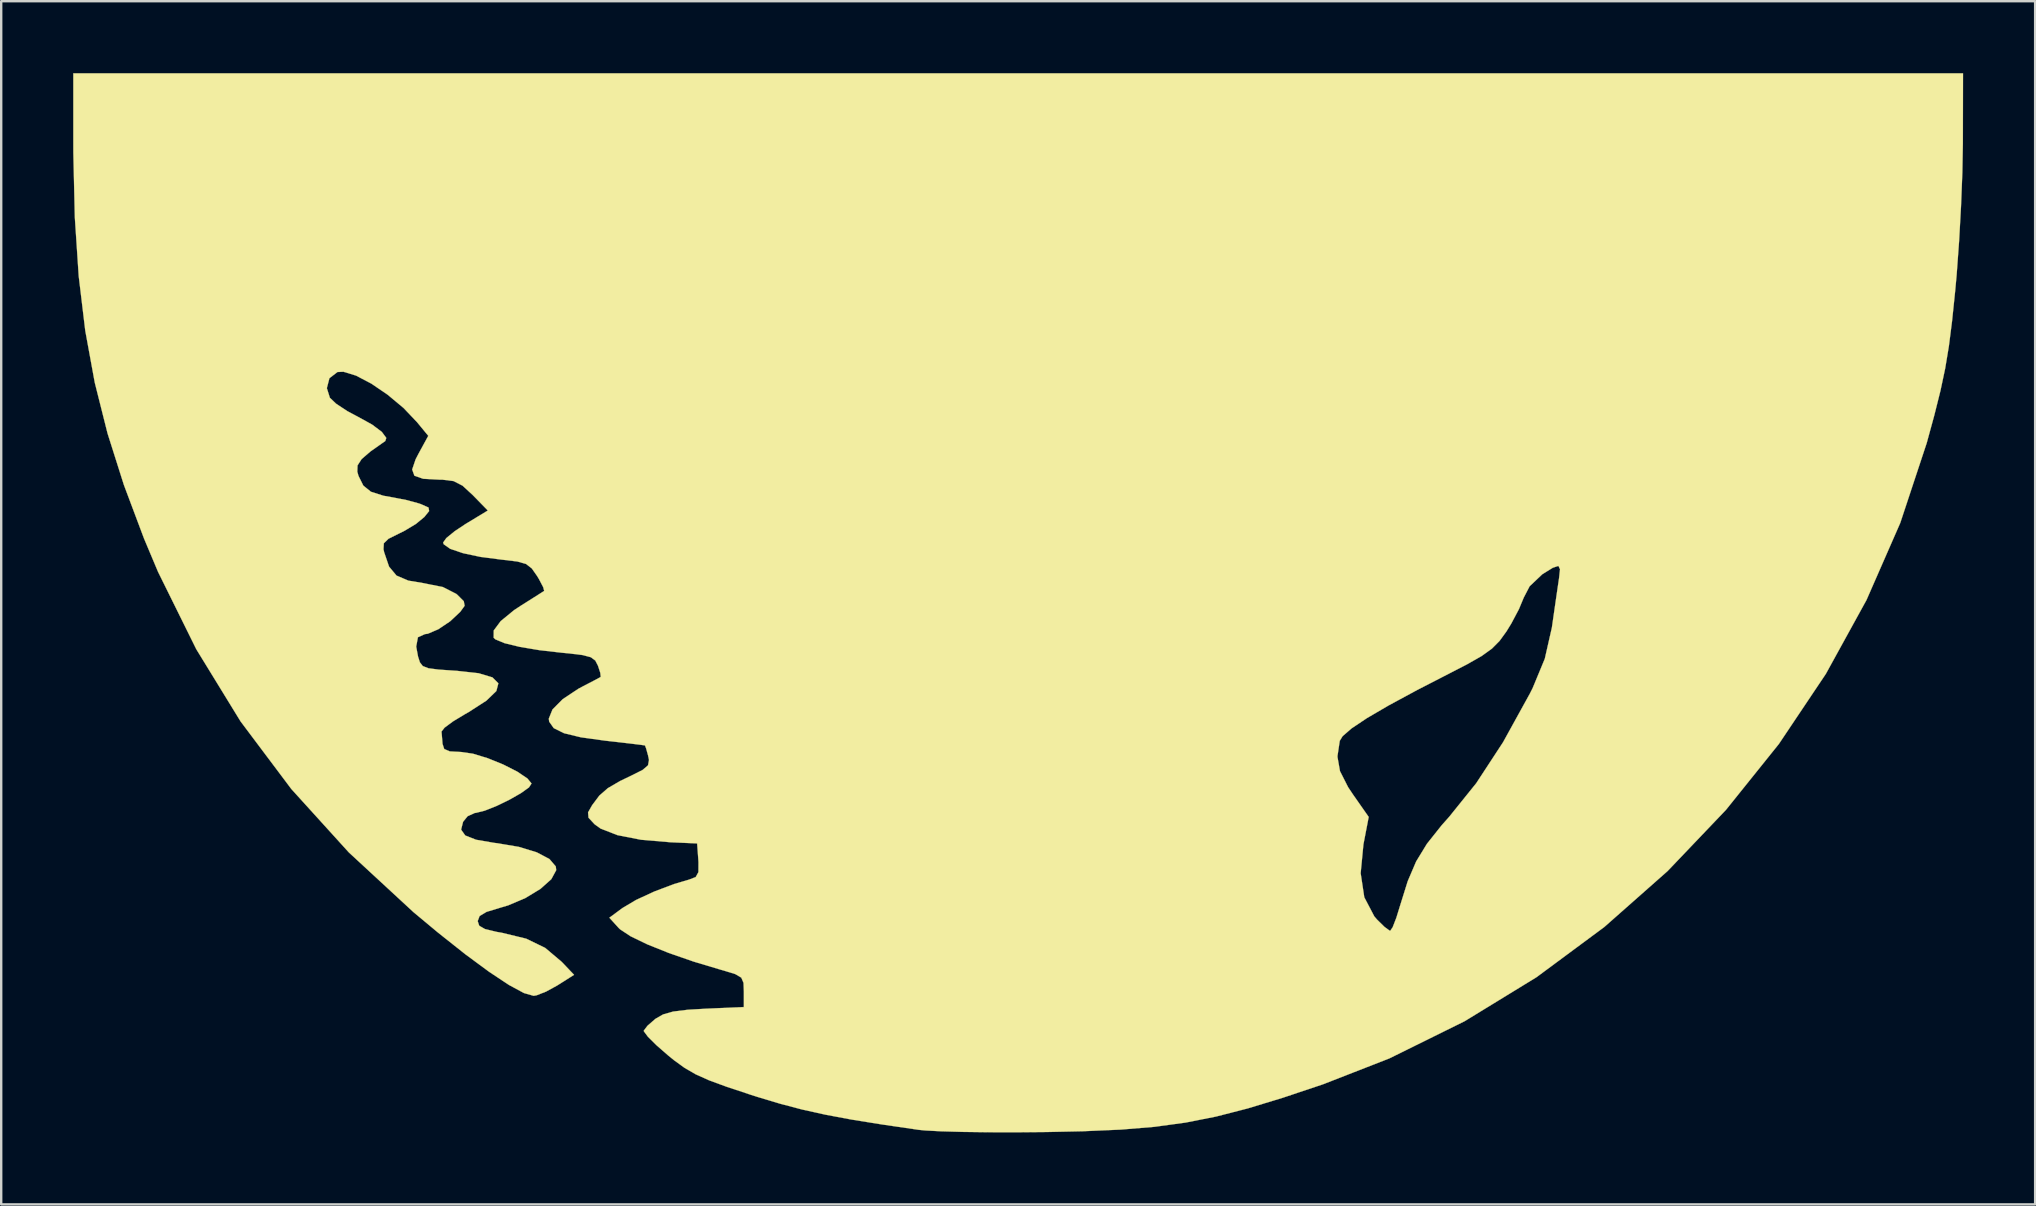
<source format=kicad_pcb>
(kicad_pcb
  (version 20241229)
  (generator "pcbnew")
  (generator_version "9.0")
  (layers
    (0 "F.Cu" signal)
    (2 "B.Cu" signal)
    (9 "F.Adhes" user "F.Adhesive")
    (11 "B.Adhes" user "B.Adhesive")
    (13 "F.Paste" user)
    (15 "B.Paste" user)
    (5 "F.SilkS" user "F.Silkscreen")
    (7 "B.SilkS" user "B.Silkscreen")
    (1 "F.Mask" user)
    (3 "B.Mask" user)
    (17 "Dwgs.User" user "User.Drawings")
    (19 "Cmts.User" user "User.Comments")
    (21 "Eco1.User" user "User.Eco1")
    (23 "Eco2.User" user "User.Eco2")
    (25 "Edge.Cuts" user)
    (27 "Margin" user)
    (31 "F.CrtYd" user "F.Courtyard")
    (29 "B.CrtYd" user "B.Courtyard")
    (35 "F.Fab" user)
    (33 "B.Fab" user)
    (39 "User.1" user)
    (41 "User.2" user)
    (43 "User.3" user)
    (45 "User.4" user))
  (footprint "bombface"
    (layer "F.Cu")
    (at 39.121 21.849)
    (property "Reference" "bombface" (at 0 0 0) (layer "F.SilkS") (effects (font (size 1.524 1.524) (thickness 0.3))))
    (attr through_hole)
    (fp_poly (pts (xy 39.618 -18.923) (xy 39.596 -17.717) (xy 39.541 -16.312) (xy 39.46 -14.846) (xy 39.359 -13.456) (xy 39.298 -12.785) (xy 39.167 -11.519) (xy 39.035 -10.478) (xy 38.881 -9.55) (xy 38.685 -8.625) (xy 38.426 -7.59) (xy 38.11 -6.435) (xy 37.009 -3.11) (xy 35.602 0.102) (xy 33.909 3.179) (xy 31.95 6.102) (xy 29.745 8.848) (xy 27.314 11.397) (xy 24.676 13.728) (xy 21.851 15.82) (xy 18.859 17.652) (xy 15.72 19.203) (xy 12.954 20.282) (xy 11.281 20.842) (xy 9.824 21.285) (xy 8.501 21.625) (xy 7.233 21.876) (xy 5.936 22.053) (xy 4.531 22.169) (xy 2.935 22.238) (xy 1.439 22.27) (xy 0.204 22.281) (xy -0.982 22.279) (xy -2.056 22.265) (xy -2.957 22.24) (xy -3.622 22.205) (xy -3.895 22.178) (xy -5.433 21.953) (xy -6.706 21.748) (xy -7.788 21.545) (xy -8.749 21.332) (xy -9.664 21.091) (xy -10.603 20.809) (xy -10.922 20.707) (xy -11.899 20.382) (xy -12.628 20.114) (xy -13.183 19.865) (xy -13.643 19.599) (xy -14.083 19.28) (xy -14.34 19.071) (xy -14.823 18.649) (xy -15.177 18.296) (xy -15.342 18.074) (xy -15.346 18.044) (xy -15.192 17.842) (xy -14.875 17.566) (xy -14.846 17.544) (xy -14.538 17.369) (xy -14.123 17.251) (xy -13.519 17.176) (xy -12.783 17.133) (xy -11.176 17.062) (xy -11.176 16.417) (xy -11.19 16.055) (xy -11.283 15.837) (xy -11.533 15.69) (xy -12.016 15.541) (xy -12.15 15.504) (xy -13.268 15.169) (xy -14.305 14.809) (xy -15.202 14.449) (xy -15.898 14.112) (xy -16.336 13.822) (xy -16.391 13.768) (xy -16.78 13.34) (xy -16.231 12.935) (xy -15.67 12.601) (xy -14.908 12.249) (xy -14.076 11.935) (xy -13.46 11.753) (xy -13.182 11.646) (xy -13.069 11.439) (xy -13.067 11.024) (xy -13.072 10.944) (xy -13.123 10.245) (xy -14.224 10.197) (xy -15.462 10.092) (xy -16.446 9.899) (xy -17.146 9.626) (xy -17.395 9.447) (xy -17.649 9.173) (xy -17.668 8.951) (xy -17.496 8.649) (xy -17.199 8.253) (xy -16.845 7.943) (xy -16.335 7.645) (xy -15.865 7.419) (xy -15.392 7.181) (xy -15.169 6.989) (xy -15.129 6.768) (xy -15.157 6.624) (xy 13.556 6.624) (xy 13.663 7.232) (xy 14.001 7.9) (xy 14.204 8.204) (xy 14.86 9.142) (xy 14.64 10.286) (xy 14.525 11.486) (xy 14.676 12.488) (xy 15.094 13.285) (xy 15.21 13.42) (xy 15.519 13.723) (xy 15.733 13.879) (xy 15.757 13.885) (xy 15.859 13.736) (xy 16.01 13.346) (xy 16.163 12.851) (xy 16.486 11.818) (xy 16.837 10.996) (xy 17.286 10.261) (xy 17.901 9.488) (xy 18.222 9.126) (xy 19.342 7.734) (xy 20.456 6.032) (xy 21.573 4.007) (xy 21.692 3.771) (xy 22.197 2.552) (xy 22.492 1.256) (xy 22.508 1.146) (xy 22.613 0.415) (xy 22.71 -0.255) (xy 22.781 -0.739) (xy 22.791 -0.804) (xy 22.832 -1.179) (xy 22.764 -1.32) (xy 22.53 -1.241) (xy 22.097 -0.974) (xy 21.566 -0.471) (xy 21.321 0) (xy 21.118 0.486) (xy 20.804 1.078) (xy 20.6 1.411) (xy 20.314 1.805) (xy 19.993 2.129) (xy 19.563 2.438) (xy 18.949 2.787) (xy 18.373 3.084) (xy 16.88 3.852) (xy 15.687 4.497) (xy 14.78 5.027) (xy 14.147 5.451) (xy 13.773 5.776) (xy 13.654 5.969) (xy 13.556 6.624) (xy -15.157 6.624) (xy -15.159 6.612) (xy -15.249 6.286) (xy -15.296 6.162) (xy -15.465 6.137) (xy -15.897 6.084) (xy -16.517 6.012) (xy -16.958 5.963) (xy -17.966 5.823) (xy -18.668 5.653) (xy -19.098 5.44) (xy -19.288 5.172) (xy -19.304 5.046) (xy -19.15 4.663) (xy -18.722 4.232) (xy -18.071 3.8) (xy -17.865 3.69) (xy -17.448 3.474) (xy -17.182 3.331) (xy -17.14 3.305) (xy -17.158 3.137) (xy -17.254 2.842) (xy -17.365 2.626) (xy -17.551 2.487) (xy -17.89 2.397) (xy -18.46 2.327) (xy -18.74 2.301) (xy -19.694 2.192) (xy -20.517 2.054) (xy -21.149 1.9) (xy -21.529 1.742) (xy -21.601 1.676) (xy -21.599 1.373) (xy -21.306 0.979) (xy -20.746 0.521) (xy -20.452 0.328) (xy -19.976 0.028) (xy -19.629 -0.192) (xy -19.496 -0.277) (xy -19.537 -0.433) (xy -19.713 -0.768) (xy -19.791 -0.898) (xy -20.012 -1.214) (xy -20.253 -1.4) (xy -20.618 -1.503) (xy -21.211 -1.574) (xy -21.252 -1.578) (xy -22.139 -1.692) (xy -22.877 -1.849) (xy -23.411 -2.03) (xy -23.683 -2.221) (xy -23.707 -2.292) (xy -23.572 -2.481) (xy -23.22 -2.768) (xy -22.776 -3.063) (xy -21.845 -3.627) (xy -22.471 -4.269) (xy -22.898 -4.662) (xy -23.27 -4.853) (xy -23.734 -4.911) (xy -23.868 -4.913) (xy -24.537 -4.949) (xy -24.903 -5.076) (xy -24.997 -5.335) (xy -24.852 -5.763) (xy -24.735 -5.988) (xy -24.325 -6.739) (xy -24.793 -7.307) (xy -25.357 -7.9) (xy -26.016 -8.45) (xy -26.699 -8.915) (xy -27.337 -9.249) (xy -27.86 -9.409) (xy -28.11 -9.398) (xy -28.445 -9.14) (xy -28.552 -8.726) (xy -28.426 -8.325) (xy -28.167 -8.078) (xy -27.705 -7.772) (xy -27.24 -7.524) (xy -26.667 -7.208) (xy -26.261 -6.903) (xy -26.075 -6.652) (xy -26.116 -6.524) (xy -26.733 -6.089) (xy -27.104 -5.769) (xy -27.273 -5.507) (xy -27.283 -5.244) (xy -27.232 -5.066) (xy -27.032 -4.665) (xy -26.716 -4.409) (xy -26.196 -4.243) (xy -25.791 -4.171) (xy -25.216 -4.059) (xy -24.704 -3.918) (xy -24.626 -3.89) (xy -24.315 -3.751) (xy -24.29 -3.604) (xy -24.489 -3.358) (xy -24.841 -3.067) (xy -25.346 -2.765) (xy -25.542 -2.67) (xy -25.984 -2.45) (xy -26.178 -2.26) (xy -26.192 -2.014) (xy -26.165 -1.891) (xy -25.96 -1.289) (xy -25.65 -0.916) (xy -25.153 -0.705) (xy -24.564 -0.607) (xy -23.719 -0.439) (xy -23.158 -0.153) (xy -23.118 -0.119) (xy -22.846 0.152) (xy -22.811 0.343) (xy -22.99 0.59) (xy -22.992 0.593) (xy -23.414 0.989) (xy -23.906 1.32) (xy -24.343 1.507) (xy -24.468 1.524) (xy -24.757 1.654) (xy -24.829 2.042) (xy -24.753 2.455) (xy -24.675 2.699) (xy -24.555 2.854) (xy -24.32 2.946) (xy -23.899 3.001) (xy -23.219 3.048) (xy -23.136 3.053) (xy -22.228 3.153) (xy -21.652 3.326) (xy -21.405 3.573) (xy -21.489 3.895) (xy -21.902 4.294) (xy -22.644 4.773) (xy -22.79 4.855) (xy -23.292 5.158) (xy -23.646 5.42) (xy -23.774 5.583) (xy -23.774 5.583) (xy -23.748 5.889) (xy -23.732 6.096) (xy -23.661 6.311) (xy -23.43 6.41) (xy -22.959 6.435) (xy -22.465 6.506) (xy -21.849 6.694) (xy -21.203 6.956) (xy -20.621 7.251) (xy -20.195 7.538) (xy -20.023 7.747) (xy -20.13 7.911) (xy -20.466 8.151) (xy -20.942 8.422) (xy -21.472 8.68) (xy -21.968 8.878) (xy -22.343 8.972) (xy -22.388 8.975) (xy -22.686 9.111) (xy -22.875 9.342) (xy -22.958 9.669) (xy -22.786 9.913) (xy -22.335 10.091) (xy -21.576 10.222) (xy -21.46 10.235) (xy -20.548 10.389) (xy -19.803 10.617) (xy -19.275 10.896) (xy -19.012 11.204) (xy -18.995 11.36) (xy -19.199 11.735) (xy -19.652 12.139) (xy -20.278 12.52) (xy -20.998 12.826) (xy -21.336 12.926) (xy -21.898 13.097) (xy -22.187 13.27) (xy -22.267 13.481) (xy -22.203 13.674) (xy -21.965 13.812) (xy -21.483 13.929) (xy -21.251 13.97) (xy -20.245 14.214) (xy -19.455 14.597) (xy -18.769 15.176) (xy -18.735 15.211) (xy -18.251 15.72) (xy -18.943 16.158) (xy -19.416 16.418) (xy -19.814 16.574) (xy -19.936 16.595) (xy -20.34 16.479) (xy -20.964 16.142) (xy -21.782 15.6) (xy -22.774 14.869) (xy -23.914 13.965) (xy -24.945 13.106) (xy -27.637 10.618) (xy -30.033 7.976) (xy -32.147 5.16) (xy -33.993 2.151) (xy -35.587 -1.074) (xy -36.169 -2.457) (xy -37.009 -4.694) (xy -37.689 -6.838) (xy -38.222 -8.956) (xy -38.618 -11.118) (xy -38.891 -13.391) (xy -39.053 -15.842) (xy -39.115 -18.541) (xy -39.116 -19.075) (xy -39.116 -21.844) (xy 39.624 -21.844) (xy 39.618 -18.923)) (stroke (width 0.01) (type solid)) (fill yes) (layer "F.SilkS")))
  (gr_rect
    (start -3 -3)
    (end 81.75 47.135)
    (stroke (width 0.1) (type default))
    (fill no)
    (layer "Edge.Cuts")))
</source>
